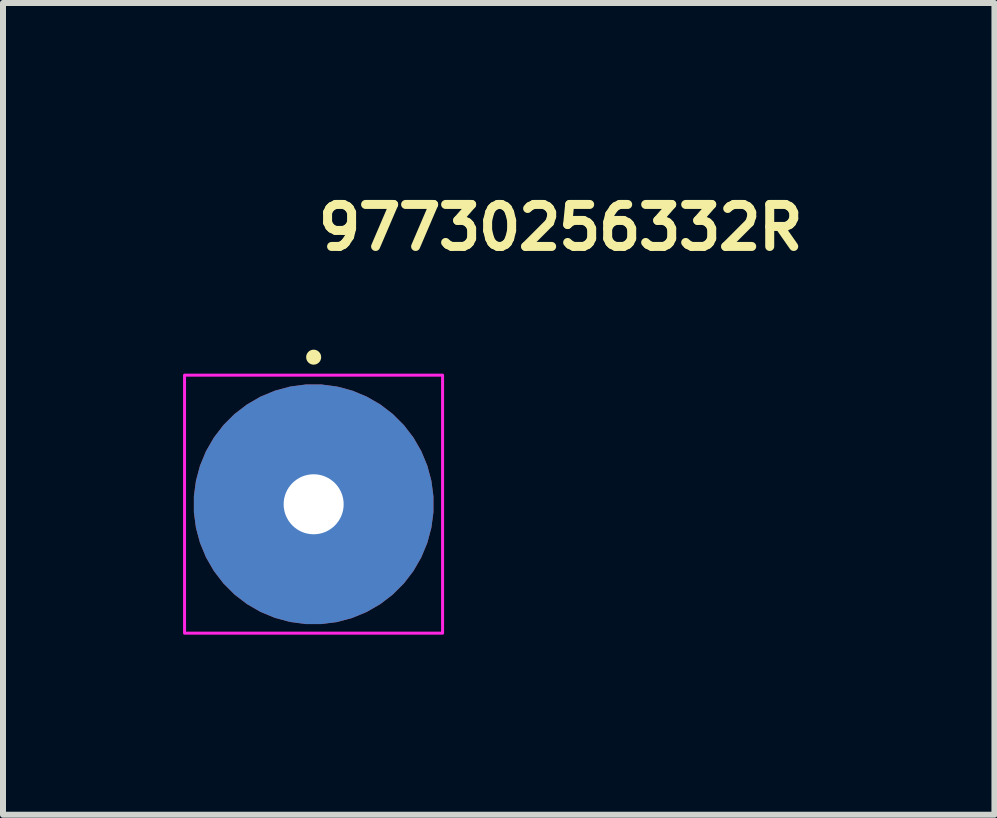
<source format=kicad_pcb>
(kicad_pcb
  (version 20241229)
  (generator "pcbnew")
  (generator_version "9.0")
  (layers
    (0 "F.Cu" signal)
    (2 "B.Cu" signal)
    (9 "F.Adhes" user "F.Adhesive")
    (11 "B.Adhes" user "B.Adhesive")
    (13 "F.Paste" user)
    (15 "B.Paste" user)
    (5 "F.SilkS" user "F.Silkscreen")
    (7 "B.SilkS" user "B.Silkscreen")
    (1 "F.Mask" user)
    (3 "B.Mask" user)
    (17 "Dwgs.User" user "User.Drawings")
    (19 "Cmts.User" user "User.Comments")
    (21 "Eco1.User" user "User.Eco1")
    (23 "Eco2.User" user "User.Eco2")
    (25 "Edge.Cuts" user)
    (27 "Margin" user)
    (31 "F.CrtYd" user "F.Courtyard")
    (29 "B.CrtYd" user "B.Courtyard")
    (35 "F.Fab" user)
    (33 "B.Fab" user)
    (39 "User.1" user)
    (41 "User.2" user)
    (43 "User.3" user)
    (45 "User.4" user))
  (footprint "97730256332R"
    (layer "F.Cu")
    (at 2.176 5.352)
    (property "Reference" "97730256332R" (at 0 -4.202 0) (layer "F.SilkS") (effects (font (size 0.7 0.7) (thickness 0.15)) (justify left bottom)))
    (attr smd)
    (fp_circle (center 0 -2.451) (end 0.05 -2.451) (stroke (width 0.15) (type solid)) (fill yes) (layer "F.SilkS"))
    (fp_line (start -1.851 0.569) (end -1.851 -0.58) (stroke (width 0.12) (type solid)) (layer "F.Paste"))
    (fp_line (start -1.75 0.819) (end -1.75 -0.831) (stroke (width 0.12) (type solid)) (layer "F.Paste"))
    (fp_line (start -1.651 0.998) (end -1.651 -1.025) (stroke (width 0.12) (type solid)) (layer "F.Paste"))
    (fp_line (start -1.551 1.148) (end -1.551 -1.16) (stroke (width 0.12) (type solid)) (layer "F.Paste"))
    (fp_line (start -1.45 1.273) (end -1.45 -1.276) (stroke (width 0.12) (type solid)) (layer "F.Paste"))
    (fp_line (start -1.351 1.374) (end -1.351 -1.375) (stroke (width 0.12) (type solid)) (layer "F.Paste"))
    (fp_line (start -1.25 1.475) (end -1.25 -1.47) (stroke (width 0.12) (type solid)) (layer "F.Paste"))
    (fp_line (start -1.151 1.55) (end -1.151 -1.551) (stroke (width 0.12) (type solid)) (layer "F.Paste"))
    (fp_line (start -1.051 1.624) (end -1.051 -1.625) (stroke (width 0.12) (type solid)) (layer "F.Paste"))
    (fp_line (start -0.951 1.675) (end -0.951 -1.68) (stroke (width 0.12) (type solid)) (layer "F.Paste"))
    (fp_line (start -0.85 1.725) (end -0.85 -1.74) (stroke (width 0.12) (type solid)) (layer "F.Paste"))
    (fp_line (start -0.75 1.773) (end -0.75 -1.78) (stroke (width 0.12) (type solid)) (layer "F.Paste"))
    (fp_line (start -0.652 1.824) (end -0.652 -1.825) (stroke (width 0.12) (type solid)) (layer "F.Paste"))
    (fp_line (start -0.552 -1.871) (end -0.552 1.86) (stroke (width 0.12) (type solid)) (layer "F.Paste"))
    (fp_line (start 0.55 1.87) (end 0.55 -1.861) (stroke (width 0.12) (type solid)) (layer "F.Paste"))
    (fp_line (start 0.65 -1.825) (end 0.65 1.824) (stroke (width 0.12) (type solid)) (layer "F.Paste"))
    (fp_line (start 0.748 -1.776) (end 0.748 1.779) (stroke (width 0.12) (type solid)) (layer "F.Paste"))
    (fp_line (start 0.848 -1.726) (end 0.848 1.739) (stroke (width 0.12) (type solid)) (layer "F.Paste"))
    (fp_line (start 0.949 -1.676) (end 0.949 1.679) (stroke (width 0.12) (type solid)) (layer "F.Paste"))
    (fp_line (start 1.05 -1.625) (end 1.05 1.624) (stroke (width 0.12) (type solid)) (layer "F.Paste"))
    (fp_line (start 1.148 -1.551) (end 1.148 1.55) (stroke (width 0.12) (type solid)) (layer "F.Paste"))
    (fp_line (start 1.249 -1.476) (end 1.249 1.469) (stroke (width 0.12) (type solid)) (layer "F.Paste"))
    (fp_line (start 1.35 -1.375) (end 1.35 1.374) (stroke (width 0.12) (type solid)) (layer "F.Paste"))
    (fp_line (start 1.449 -1.276) (end 1.449 1.273) (stroke (width 0.12) (type solid)) (layer "F.Paste"))
    (fp_line (start 1.55 -1.151) (end 1.55 1.159) (stroke (width 0.12) (type solid)) (layer "F.Paste"))
    (fp_line (start 1.648 -1) (end 1.648 1.024) (stroke (width 0.12) (type solid)) (layer "F.Paste"))
    (fp_line (start 1.749 -0.821) (end 1.749 0.829) (stroke (width 0.12) (type solid)) (layer "F.Paste"))
    (fp_line (start 1.85 -0.571) (end 1.85 0.578) (stroke (width 0.12) (type solid)) (layer "F.Paste"))
    (fp_arc (start -0.558 1.872) (mid -1.954 -0.004) (end -0.552 -1.875) (stroke (width 0.1) (type solid)) (layer "F.Paste"))
    (fp_arc (start 0.556 -1.875) (mid 1.953 0.003) (end 0.55 1.874) (stroke (width 0.1) (type solid)) (layer "F.Paste"))
    (fp_rect (start -2.151 -2.151) (end 2.148 2.148) (stroke (width 0.05) (type solid)) (fill no) (layer "F.CrtYd"))
    (fp_rect (start -1.651 -1.651) (end 1.648 1.648) (stroke (width 0.1) (type solid)) (fill no) (layer "User.5"))
    (fp_line (start -1.651 0) (end -1.651 0) (stroke (width 0.02) (type solid)) (layer "User.9"))
    (fp_line (start -1.651 0) (end -1.649 0.084) (stroke (width 0.02) (type solid)) (layer "User.9"))
    (fp_line (start -1.649 -0.086) (end -1.651 0) (stroke (width 0.02) (type solid)) (layer "User.9"))
    (fp_line (start -1.649 0.084) (end -1.643 0.168) (stroke (width 0.02) (type solid)) (layer "User.9"))
    (fp_line (start -1.643 -0.17) (end -1.649 -0.086) (stroke (width 0.02) (type solid)) (layer "User.9"))
    (fp_line (start -1.643 0.168) (end -1.631 0.25) (stroke (width 0.02) (type solid)) (layer "User.9"))
    (fp_line (start -1.631 -0.252) (end -1.643 -0.17) (stroke (width 0.02) (type solid)) (layer "User.9"))
    (fp_line (start -1.631 0.25) (end -1.617 0.332) (stroke (width 0.02) (type solid)) (layer "User.9"))
    (fp_line (start -1.617 -0.334) (end -1.631 -0.252) (stroke (width 0.02) (type solid)) (layer "User.9"))
    (fp_line (start -1.617 0.332) (end -1.599 0.412) (stroke (width 0.02) (type solid)) (layer "User.9"))
    (fp_line (start -1.599 -0.414) (end -1.617 -0.334) (stroke (width 0.02) (type solid)) (layer "User.9"))
    (fp_line (start -1.599 0.412) (end -1.577 0.489) (stroke (width 0.02) (type solid)) (layer "User.9"))
    (fp_line (start -1.577 -0.491) (end -1.599 -0.414) (stroke (width 0.02) (type solid)) (layer "User.9"))
    (fp_line (start -1.577 0.489) (end -1.551 0.567) (stroke (width 0.02) (type solid)) (layer "User.9"))
    (fp_line (start -1.551 -0.569) (end -1.577 -0.491) (stroke (width 0.02) (type solid)) (layer "User.9"))
    (fp_line (start -1.551 0.567) (end -1.522 0.642) (stroke (width 0.02) (type solid)) (layer "User.9"))
    (fp_line (start -1.522 -0.644) (end -1.551 -0.569) (stroke (width 0.02) (type solid)) (layer "User.9"))
    (fp_line (start -1.522 0.642) (end -1.488 0.714) (stroke (width 0.02) (type solid)) (layer "User.9"))
    (fp_line (start -1.488 -0.716) (end -1.522 -0.644) (stroke (width 0.02) (type solid)) (layer "User.9"))
    (fp_line (start -1.488 0.714) (end -1.452 0.786) (stroke (width 0.02) (type solid)) (layer "User.9"))
    (fp_line (start -1.452 -0.788) (end -1.488 -0.716) (stroke (width 0.02) (type solid)) (layer "User.9"))
    (fp_line (start -1.452 0.786) (end -1.412 0.854) (stroke (width 0.02) (type solid)) (layer "User.9"))
    (fp_line (start -1.412 -0.856) (end -1.452 -0.788) (stroke (width 0.02) (type solid)) (layer "User.9"))
    (fp_line (start -1.412 0.854) (end -1.369 0.922) (stroke (width 0.02) (type solid)) (layer "User.9"))
    (fp_line (start -1.369 -0.924) (end -1.412 -0.856) (stroke (width 0.02) (type solid)) (layer "User.9"))
    (fp_line (start -1.369 0.922) (end -1.323 0.986) (stroke (width 0.02) (type solid)) (layer "User.9"))
    (fp_line (start -1.323 -0.988) (end -1.369 -0.924) (stroke (width 0.02) (type solid)) (layer "User.9"))
    (fp_line (start -1.323 0.986) (end -1.274 1.048) (stroke (width 0.02) (type solid)) (layer "User.9"))
    (fp_line (start -1.274 -1.051) (end -1.323 -0.988) (stroke (width 0.02) (type solid)) (layer "User.9"))
    (fp_line (start -1.274 1.048) (end -1.222 1.108) (stroke (width 0.02) (type solid)) (layer "User.9"))
    (fp_line (start -1.222 -1.111) (end -1.274 -1.051) (stroke (width 0.02) (type solid)) (layer "User.9"))
    (fp_line (start -1.222 1.108) (end -1.168 1.165) (stroke (width 0.02) (type solid)) (layer "User.9"))
    (fp_line (start -1.168 -1.168) (end -1.222 -1.111) (stroke (width 0.02) (type solid)) (layer "User.9"))
    (fp_line (start -1.168 1.165) (end -1.111 1.221) (stroke (width 0.02) (type solid)) (layer "User.9"))
    (fp_line (start -1.111 -1.222) (end -1.168 -1.168) (stroke (width 0.02) (type solid)) (layer "User.9"))
    (fp_line (start -1.111 1.221) (end -1.051 1.273) (stroke (width 0.02) (type solid)) (layer "User.9"))
    (fp_line (start -1.051 -1.274) (end -1.111 -1.222) (stroke (width 0.02) (type solid)) (layer "User.9"))
    (fp_line (start -1.051 1.273) (end -0.988 1.322) (stroke (width 0.02) (type solid)) (layer "User.9"))
    (fp_line (start -0.988 -1.323) (end -1.051 -1.274) (stroke (width 0.02) (type solid)) (layer "User.9"))
    (fp_line (start -0.988 1.322) (end -0.924 1.368) (stroke (width 0.02) (type solid)) (layer "User.9"))
    (fp_line (start -0.924 -1.369) (end -0.988 -1.323) (stroke (width 0.02) (type solid)) (layer "User.9"))
    (fp_line (start -0.924 1.368) (end -0.856 1.411) (stroke (width 0.02) (type solid)) (layer "User.9"))
    (fp_line (start -0.856 -1.412) (end -0.924 -1.369) (stroke (width 0.02) (type solid)) (layer "User.9"))
    (fp_line (start -0.856 1.411) (end -0.788 1.449) (stroke (width 0.02) (type solid)) (layer "User.9"))
    (fp_line (start -0.812 0) (end -0.812 0) (stroke (width 0.02) (type solid)) (layer "User.9"))
    (fp_line (start -0.812 0) (end -0.811 0.041) (stroke (width 0.02) (type solid)) (layer "User.9"))
    (fp_line (start -0.811 -0.043) (end -0.812 0) (stroke (width 0.02) (type solid)) (layer "User.9"))
    (fp_line (start -0.811 0.041) (end -0.808 0.082) (stroke (width 0.02) (type solid)) (layer "User.9"))
    (fp_line (start -0.808 -0.084) (end -0.811 -0.043) (stroke (width 0.02) (type solid)) (layer "User.9"))
    (fp_line (start -0.808 0.082) (end -0.803 0.122) (stroke (width 0.02) (type solid)) (layer "User.9"))
    (fp_line (start -0.803 -0.124) (end -0.808 -0.084) (stroke (width 0.02) (type solid)) (layer "User.9"))
    (fp_line (start -0.803 0.122) (end -0.796 0.163) (stroke (width 0.02) (type solid)) (layer "User.9"))
    (fp_line (start -0.796 -0.165) (end -0.803 -0.124) (stroke (width 0.02) (type solid)) (layer "User.9"))
    (fp_line (start -0.796 0.163) (end -0.786 0.202) (stroke (width 0.02) (type solid)) (layer "User.9"))
    (fp_line (start -0.788 -1.452) (end -0.856 -1.412) (stroke (width 0.02) (type solid)) (layer "User.9"))
    (fp_line (start -0.788 1.449) (end -0.716 1.487) (stroke (width 0.02) (type solid)) (layer "User.9"))
    (fp_line (start -0.786 -0.204) (end -0.796 -0.165) (stroke (width 0.02) (type solid)) (layer "User.9"))
    (fp_line (start -0.786 0.202) (end -0.776 0.24) (stroke (width 0.02) (type solid)) (layer "User.9"))
    (fp_line (start -0.776 -0.242) (end -0.786 -0.204) (stroke (width 0.02) (type solid)) (layer "User.9"))
    (fp_line (start -0.776 0.24) (end -0.762 0.278) (stroke (width 0.02) (type solid)) (layer "User.9"))
    (fp_line (start -0.762 -0.28) (end -0.776 -0.242) (stroke (width 0.02) (type solid)) (layer "User.9"))
    (fp_line (start -0.762 0.278) (end -0.747 0.314) (stroke (width 0.02) (type solid)) (layer "User.9"))
    (fp_line (start -0.747 -0.316) (end -0.762 -0.28) (stroke (width 0.02) (type solid)) (layer "User.9"))
    (fp_line (start -0.747 0.314) (end -0.731 0.351) (stroke (width 0.02) (type solid)) (layer "User.9"))
    (fp_line (start -0.731 -0.352) (end -0.747 -0.316) (stroke (width 0.02) (type solid)) (layer "User.9"))
    (fp_line (start -0.731 0.351) (end -0.713 0.386) (stroke (width 0.02) (type solid)) (layer "User.9"))
    (fp_line (start -0.716 -1.488) (end -0.788 -1.452) (stroke (width 0.02) (type solid)) (layer "User.9"))
    (fp_line (start -0.716 1.487) (end -0.644 1.519) (stroke (width 0.02) (type solid)) (layer "User.9"))
    (fp_line (start -0.713 -0.388) (end -0.731 -0.352) (stroke (width 0.02) (type solid)) (layer "User.9"))
    (fp_line (start -0.713 0.386) (end -0.695 0.419) (stroke (width 0.02) (type solid)) (layer "User.9"))
    (fp_line (start -0.695 -0.421) (end -0.713 -0.388) (stroke (width 0.02) (type solid)) (layer "User.9"))
    (fp_line (start -0.695 0.419) (end -0.674 0.453) (stroke (width 0.02) (type solid)) (layer "User.9"))
    (fp_line (start -0.674 -0.455) (end -0.695 -0.421) (stroke (width 0.02) (type solid)) (layer "User.9"))
    (fp_line (start -0.674 0.453) (end -0.651 0.483) (stroke (width 0.02) (type solid)) (layer "User.9"))
    (fp_line (start -0.651 -0.485) (end -0.674 -0.455) (stroke (width 0.02) (type solid)) (layer "User.9"))
    (fp_line (start -0.651 0.483) (end -0.626 0.515) (stroke (width 0.02) (type solid)) (layer "User.9"))
    (fp_line (start -0.644 -1.522) (end -0.716 -1.488) (stroke (width 0.02) (type solid)) (layer "User.9"))
    (fp_line (start -0.644 1.519) (end -0.569 1.548) (stroke (width 0.02) (type solid)) (layer "User.9"))
    (fp_line (start -0.626 -0.517) (end -0.651 -0.485) (stroke (width 0.02) (type solid)) (layer "User.9"))
    (fp_line (start -0.626 0.515) (end -0.6 0.544) (stroke (width 0.02) (type solid)) (layer "User.9"))
    (fp_line (start -0.611 0.013) (end -0.608 0.057) (stroke (width 0.02) (type solid)) (layer "User.9"))
    (fp_line (start -0.61 -0.032) (end -0.611 0.013) (stroke (width 0.02) (type solid)) (layer "User.9"))
    (fp_line (start -0.608 0.057) (end -0.602 0.102) (stroke (width 0.02) (type solid)) (layer "User.9"))
    (fp_line (start -0.606 -0.076) (end -0.61 -0.032) (stroke (width 0.02) (type solid)) (layer "User.9"))
    (fp_line (start -0.602 0.102) (end -0.593 0.145) (stroke (width 0.02) (type solid)) (layer "User.9"))
    (fp_line (start -0.6 -0.546) (end -0.626 -0.517) (stroke (width 0.02) (type solid)) (layer "User.9"))
    (fp_line (start -0.6 0.544) (end -0.575 0.573) (stroke (width 0.02) (type solid)) (layer "User.9"))
    (fp_line (start -0.599 -0.12) (end -0.606 -0.076) (stroke (width 0.02) (type solid)) (layer "User.9"))
    (fp_line (start -0.593 0.145) (end -0.581 0.189) (stroke (width 0.02) (type solid)) (layer "User.9"))
    (fp_line (start -0.589 -0.164) (end -0.599 -0.12) (stroke (width 0.02) (type solid)) (layer "User.9"))
    (fp_line (start -0.581 0.189) (end -0.566 0.233) (stroke (width 0.02) (type solid)) (layer "User.9"))
    (fp_line (start -0.577 -0.206) (end -0.589 -0.164) (stroke (width 0.02) (type solid)) (layer "User.9"))
    (fp_line (start -0.575 -0.575) (end -0.6 -0.546) (stroke (width 0.02) (type solid)) (layer "User.9"))
    (fp_line (start -0.575 0.573) (end -0.546 0.598) (stroke (width 0.02) (type solid)) (layer "User.9"))
    (fp_line (start -0.569 -1.551) (end -0.644 -1.522) (stroke (width 0.02) (type solid)) (layer "User.9"))
    (fp_line (start -0.569 1.548) (end -0.491 1.574) (stroke (width 0.02) (type solid)) (layer "User.9"))
    (fp_line (start -0.566 0.233) (end -0.566 0.233) (stroke (width 0.02) (type solid)) (layer "User.9"))
    (fp_line (start -0.566 0.233) (end -0.556 0.253) (stroke (width 0.02) (type solid)) (layer "User.9"))
    (fp_line (start -0.56 -0.246) (end -0.577 -0.206) (stroke (width 0.02) (type solid)) (layer "User.9"))
    (fp_line (start -0.556 0.253) (end -0.546 0.275) (stroke (width 0.02) (type solid)) (layer "User.9"))
    (fp_line (start -0.546 -0.6) (end -0.575 -0.575) (stroke (width 0.02) (type solid)) (layer "User.9"))
    (fp_line (start -0.546 0.275) (end -0.536 0.294) (stroke (width 0.02) (type solid)) (layer "User.9"))
    (fp_line (start -0.546 0.598) (end -0.517 0.624) (stroke (width 0.02) (type solid)) (layer "User.9"))
    (fp_line (start -0.541 -0.288) (end -0.56 -0.246) (stroke (width 0.02) (type solid)) (layer "User.9"))
    (fp_line (start -0.536 0.294) (end -0.524 0.314) (stroke (width 0.02) (type solid)) (layer "User.9"))
    (fp_line (start -0.524 0.314) (end -0.511 0.334) (stroke (width 0.02) (type solid)) (layer "User.9"))
    (fp_line (start -0.518 -0.327) (end -0.541 -0.288) (stroke (width 0.02) (type solid)) (layer "User.9"))
    (fp_line (start -0.517 -0.626) (end -0.546 -0.6) (stroke (width 0.02) (type solid)) (layer "User.9"))
    (fp_line (start -0.517 0.624) (end -0.485 0.649) (stroke (width 0.02) (type solid)) (layer "User.9"))
    (fp_line (start -0.511 0.334) (end -0.499 0.352) (stroke (width 0.02) (type solid)) (layer "User.9"))
    (fp_line (start -0.499 0.352) (end -0.485 0.37) (stroke (width 0.02) (type solid)) (layer "User.9"))
    (fp_line (start -0.492 -0.363) (end -0.518 -0.327) (stroke (width 0.02) (type solid)) (layer "User.9"))
    (fp_line (start -0.491 -1.577) (end -0.569 -1.551) (stroke (width 0.02) (type solid)) (layer "User.9"))
    (fp_line (start -0.491 1.574) (end -0.414 1.598) (stroke (width 0.02) (type solid)) (layer "User.9"))
    (fp_line (start -0.485 -0.651) (end -0.517 -0.626) (stroke (width 0.02) (type solid)) (layer "User.9"))
    (fp_line (start -0.485 0.37) (end -0.472 0.388) (stroke (width 0.02) (type solid)) (layer "User.9"))
    (fp_line (start -0.485 0.649) (end -0.455 0.672) (stroke (width 0.02) (type solid)) (layer "User.9"))
    (fp_line (start -0.472 0.388) (end -0.458 0.405) (stroke (width 0.02) (type solid)) (layer "User.9"))
    (fp_line (start -0.464 -0.399) (end -0.492 -0.363) (stroke (width 0.02) (type solid)) (layer "User.9"))
    (fp_line (start -0.458 0.405) (end -0.442 0.421) (stroke (width 0.02) (type solid)) (layer "User.9"))
    (fp_line (start -0.455 -0.674) (end -0.485 -0.651) (stroke (width 0.02) (type solid)) (layer "User.9"))
    (fp_line (start -0.455 0.672) (end -0.421 0.693) (stroke (width 0.02) (type solid)) (layer "User.9"))
    (fp_line (start -0.442 0.421) (end -0.426 0.436) (stroke (width 0.02) (type solid)) (layer "User.9"))
    (fp_line (start -0.432 -0.432) (end -0.464 -0.399) (stroke (width 0.02) (type solid)) (layer "User.9"))
    (fp_line (start -0.432 -0.432) (end -0.432 -0.432) (stroke (width 0.02) (type solid)) (layer "User.9"))
    (fp_line (start -0.426 0.436) (end -0.411 0.453) (stroke (width 0.02) (type solid)) (layer "User.9"))
    (fp_line (start -0.421 -0.695) (end -0.455 -0.674) (stroke (width 0.02) (type solid)) (layer "User.9"))
    (fp_line (start -0.421 0.693) (end -0.388 0.711) (stroke (width 0.02) (type solid)) (layer "User.9"))
    (fp_line (start -0.414 -1.599) (end -0.491 -1.577) (stroke (width 0.02) (type solid)) (layer "User.9"))
    (fp_line (start -0.414 1.598) (end -0.334 1.616) (stroke (width 0.02) (type solid)) (layer "User.9"))
    (fp_line (start -0.411 0.453) (end -0.394 0.467) (stroke (width 0.02) (type solid)) (layer "User.9"))
    (fp_line (start -0.399 -0.464) (end -0.432 -0.432) (stroke (width 0.02) (type solid)) (layer "User.9"))
    (fp_line (start -0.394 0.467) (end -0.376 0.48) (stroke (width 0.02) (type solid)) (layer "User.9"))
    (fp_line (start -0.388 -0.713) (end -0.421 -0.695) (stroke (width 0.02) (type solid)) (layer "User.9"))
    (fp_line (start -0.388 0.711) (end -0.352 0.729) (stroke (width 0.02) (type solid)) (layer "User.9"))
    (fp_line (start -0.376 0.48) (end -0.358 0.493) (stroke (width 0.02) (type solid)) (layer "User.9"))
    (fp_line (start -0.363 -0.492) (end -0.399 -0.464) (stroke (width 0.02) (type solid)) (layer "User.9"))
    (fp_line (start -0.358 0.493) (end -0.341 0.506) (stroke (width 0.02) (type solid)) (layer "User.9"))
    (fp_line (start -0.352 -0.731) (end -0.388 -0.713) (stroke (width 0.02) (type solid)) (layer "User.9"))
    (fp_line (start -0.352 0.729) (end -0.316 0.745) (stroke (width 0.02) (type solid)) (layer "User.9"))
    (fp_line (start -0.341 0.506) (end -0.322 0.519) (stroke (width 0.02) (type solid)) (layer "User.9"))
    (fp_line (start -0.334 -1.617) (end -0.414 -1.599) (stroke (width 0.02) (type solid)) (layer "User.9"))
    (fp_line (start -0.334 1.616) (end -0.252 1.63) (stroke (width 0.02) (type solid)) (layer "User.9"))
    (fp_line (start -0.327 -0.518) (end -0.363 -0.492) (stroke (width 0.02) (type solid)) (layer "User.9"))
    (fp_line (start -0.322 0.519) (end -0.302 0.53) (stroke (width 0.02) (type solid)) (layer "User.9"))
    (fp_line (start -0.316 -0.747) (end -0.352 -0.731) (stroke (width 0.02) (type solid)) (layer "User.9"))
    (fp_line (start -0.316 0.745) (end -0.28 0.76) (stroke (width 0.02) (type solid)) (layer "User.9"))
    (fp_line (start -0.302 0.53) (end -0.283 0.541) (stroke (width 0.02) (type solid)) (layer "User.9"))
    (fp_line (start -0.288 -0.541) (end -0.327 -0.518) (stroke (width 0.02) (type solid)) (layer "User.9"))
    (fp_line (start -0.283 0.541) (end -0.264 0.551) (stroke (width 0.02) (type solid)) (layer "User.9"))
    (fp_line (start -0.28 -0.762) (end -0.316 -0.747) (stroke (width 0.02) (type solid)) (layer "User.9"))
    (fp_line (start -0.28 0.76) (end -0.242 0.774) (stroke (width 0.02) (type solid)) (layer "User.9"))
    (fp_line (start -0.264 0.551) (end -0.242 0.56) (stroke (width 0.02) (type solid)) (layer "User.9"))
    (fp_line (start -0.252 -1.631) (end -0.334 -1.617) (stroke (width 0.02) (type solid)) (layer "User.9"))
    (fp_line (start -0.252 1.63) (end -0.17 1.64) (stroke (width 0.02) (type solid)) (layer "User.9"))
    (fp_line (start -0.246 -0.56) (end -0.288 -0.541) (stroke (width 0.02) (type solid)) (layer "User.9"))
    (fp_line (start -0.242 -0.776) (end -0.28 -0.762) (stroke (width 0.02) (type solid)) (layer "User.9"))
    (fp_line (start -0.242 0.56) (end -0.222 0.569) (stroke (width 0.02) (type solid)) (layer "User.9"))
    (fp_line (start -0.242 0.774) (end -0.204 0.784) (stroke (width 0.02) (type solid)) (layer "User.9"))
    (fp_line (start -0.222 0.569) (end -0.202 0.576) (stroke (width 0.02) (type solid)) (layer "User.9"))
    (fp_line (start -0.206 -0.577) (end -0.246 -0.56) (stroke (width 0.02) (type solid)) (layer "User.9"))
    (fp_line (start -0.204 -0.786) (end -0.242 -0.776) (stroke (width 0.02) (type solid)) (layer "User.9"))
    (fp_line (start -0.204 0.784) (end -0.165 0.794) (stroke (width 0.02) (type solid)) (layer "User.9"))
    (fp_line (start -0.202 0.576) (end -0.18 0.582) (stroke (width 0.02) (type solid)) (layer "User.9"))
    (fp_line (start -0.18 0.582) (end -0.158 0.588) (stroke (width 0.02) (type solid)) (layer "User.9"))
    (fp_line (start -0.17 -1.643) (end -0.252 -1.631) (stroke (width 0.02) (type solid)) (layer "User.9"))
    (fp_line (start -0.17 1.64) (end -0.086 1.646) (stroke (width 0.02) (type solid)) (layer "User.9"))
    (fp_line (start -0.165 -0.796) (end -0.204 -0.786) (stroke (width 0.02) (type solid)) (layer "User.9"))
    (fp_line (start -0.165 0.794) (end -0.124 0.801) (stroke (width 0.02) (type solid)) (layer "User.9"))
    (fp_line (start -0.164 -0.589) (end -0.206 -0.577) (stroke (width 0.02) (type solid)) (layer "User.9"))
    (fp_line (start -0.158 0.588) (end -0.137 0.594) (stroke (width 0.02) (type solid)) (layer "User.9"))
    (fp_line (start -0.137 0.594) (end -0.115 0.598) (stroke (width 0.02) (type solid)) (layer "User.9"))
    (fp_line (start -0.124 -0.803) (end -0.165 -0.796) (stroke (width 0.02) (type solid)) (layer "User.9"))
    (fp_line (start -0.124 0.801) (end -0.084 0.806) (stroke (width 0.02) (type solid)) (layer "User.9"))
    (fp_line (start -0.12 -0.599) (end -0.164 -0.589) (stroke (width 0.02) (type solid)) (layer "User.9"))
    (fp_line (start -0.115 0.598) (end -0.092 0.602) (stroke (width 0.02) (type solid)) (layer "User.9"))
    (fp_line (start -0.092 0.602) (end -0.07 0.605) (stroke (width 0.02) (type solid)) (layer "User.9"))
    (fp_line (start -0.086 -1.649) (end -0.17 -1.643) (stroke (width 0.02) (type solid)) (layer "User.9"))
    (fp_line (start -0.086 1.646) (end 0 1.648) (stroke (width 0.02) (type solid)) (layer "User.9"))
    (fp_line (start -0.084 -0.808) (end -0.124 -0.803) (stroke (width 0.02) (type solid)) (layer "User.9"))
    (fp_line (start -0.084 0.806) (end -0.043 0.809) (stroke (width 0.02) (type solid)) (layer "User.9"))
    (fp_line (start -0.076 -0.606) (end -0.12 -0.599) (stroke (width 0.02) (type solid)) (layer "User.9"))
    (fp_line (start -0.07 0.605) (end -0.046 0.607) (stroke (width 0.02) (type solid)) (layer "User.9"))
    (fp_line (start -0.046 0.607) (end -0.024 0.609) (stroke (width 0.02) (type solid)) (layer "User.9"))
    (fp_line (start -0.043 -0.811) (end -0.084 -0.808) (stroke (width 0.02) (type solid)) (layer "User.9"))
    (fp_line (start -0.043 0.809) (end 0 0.81) (stroke (width 0.02) (type solid)) (layer "User.9"))
    (fp_line (start -0.032 -0.61) (end -0.076 -0.606) (stroke (width 0.02) (type solid)) (layer "User.9"))
    (fp_line (start -0.024 0.609) (end 0 0.609) (stroke (width 0.02) (type solid)) (layer "User.9"))
    (fp_line (start 0 -1.651) (end -0.086 -1.649) (stroke (width 0.02) (type solid)) (layer "User.9"))
    (fp_line (start 0 -1.651) (end 0 -1.651) (stroke (width 0.02) (type solid)) (layer "User.9"))
    (fp_line (start 0 -0.812) (end -0.043 -0.811) (stroke (width 0.02) (type solid)) (layer "User.9"))
    (fp_line (start 0 -0.812) (end 0 -0.812) (stroke (width 0.02) (type solid)) (layer "User.9"))
    (fp_line (start 0 0.609) (end 0.029 0.608) (stroke (width 0.02) (type solid)) (layer "User.9"))
    (fp_line (start 0 0.81) (end 0 0.81) (stroke (width 0.02) (type solid)) (layer "User.9"))
    (fp_line (start 0 0.81) (end 0.041 0.809) (stroke (width 0.02) (type solid)) (layer "User.9"))
    (fp_line (start 0 1.648) (end 0 1.648) (stroke (width 0.02) (type solid)) (layer "User.9"))
    (fp_line (start 0 1.648) (end 0.084 1.646) (stroke (width 0.02) (type solid)) (layer "User.9"))
    (fp_line (start 0.013 -0.611) (end -0.032 -0.61) (stroke (width 0.02) (type solid)) (layer "User.9"))
    (fp_line (start 0.029 0.608) (end 0.059 0.606) (stroke (width 0.02) (type solid)) (layer "User.9"))
    (fp_line (start 0.041 -0.811) (end 0 -0.812) (stroke (width 0.02) (type solid)) (layer "User.9"))
    (fp_line (start 0.041 0.809) (end 0.082 0.806) (stroke (width 0.02) (type solid)) (layer "User.9"))
    (fp_line (start 0.057 -0.608) (end 0.013 -0.611) (stroke (width 0.02) (type solid)) (layer "User.9"))
    (fp_line (start 0.059 0.606) (end 0.089 0.602) (stroke (width 0.02) (type solid)) (layer "User.9"))
    (fp_line (start 0.082 -0.808) (end 0.041 -0.811) (stroke (width 0.02) (type solid)) (layer "User.9"))
    (fp_line (start 0.082 0.806) (end 0.122 0.801) (stroke (width 0.02) (type solid)) (layer "User.9"))
    (fp_line (start 0.084 -1.649) (end 0 -1.651) (stroke (width 0.02) (type solid)) (layer "User.9"))
    (fp_line (start 0.084 1.646) (end 0.168 1.64) (stroke (width 0.02) (type solid)) (layer "User.9"))
    (fp_line (start 0.089 0.602) (end 0.119 0.597) (stroke (width 0.02) (type solid)) (layer "User.9"))
    (fp_line (start 0.102 -0.602) (end 0.057 -0.608) (stroke (width 0.02) (type solid)) (layer "User.9"))
    (fp_line (start 0.119 0.597) (end 0.147 0.591) (stroke (width 0.02) (type solid)) (layer "User.9"))
    (fp_line (start 0.122 -0.803) (end 0.082 -0.808) (stroke (width 0.02) (type solid)) (layer "User.9"))
    (fp_line (start 0.122 0.801) (end 0.163 0.794) (stroke (width 0.02) (type solid)) (layer "User.9"))
    (fp_line (start 0.145 -0.593) (end 0.102 -0.602) (stroke (width 0.02) (type solid)) (layer "User.9"))
    (fp_line (start 0.147 0.591) (end 0.176 0.583) (stroke (width 0.02) (type solid)) (layer "User.9"))
    (fp_line (start 0.163 -0.796) (end 0.122 -0.803) (stroke (width 0.02) (type solid)) (layer "User.9"))
    (fp_line (start 0.163 0.794) (end 0.202 0.784) (stroke (width 0.02) (type solid)) (layer "User.9"))
    (fp_line (start 0.168 -1.643) (end 0.084 -1.649) (stroke (width 0.02) (type solid)) (layer "User.9"))
    (fp_line (start 0.168 1.64) (end 0.25 1.63) (stroke (width 0.02) (type solid)) (layer "User.9"))
    (fp_line (start 0.176 0.583) (end 0.205 0.574) (stroke (width 0.02) (type solid)) (layer "User.9"))
    (fp_line (start 0.189 -0.581) (end 0.145 -0.593) (stroke (width 0.02) (type solid)) (layer "User.9"))
    (fp_line (start 0.202 -0.786) (end 0.163 -0.796) (stroke (width 0.02) (type solid)) (layer "User.9"))
    (fp_line (start 0.202 0.784) (end 0.24 0.774) (stroke (width 0.02) (type solid)) (layer "User.9"))
    (fp_line (start 0.205 0.574) (end 0.233 0.564) (stroke (width 0.02) (type solid)) (layer "User.9"))
    (fp_line (start 0.233 -0.566) (end 0.189 -0.581) (stroke (width 0.02) (type solid)) (layer "User.9"))
    (fp_line (start 0.233 -0.566) (end 0.233 -0.566) (stroke (width 0.02) (type solid)) (layer "User.9"))
    (fp_line (start 0.233 0.564) (end 0.26 0.551) (stroke (width 0.02) (type solid)) (layer "User.9"))
    (fp_line (start 0.24 -0.776) (end 0.202 -0.786) (stroke (width 0.02) (type solid)) (layer "User.9"))
    (fp_line (start 0.24 0.774) (end 0.278 0.76) (stroke (width 0.02) (type solid)) (layer "User.9"))
    (fp_line (start 0.25 -1.631) (end 0.168 -1.643) (stroke (width 0.02) (type solid)) (layer "User.9"))
    (fp_line (start 0.25 1.63) (end 0.332 1.616) (stroke (width 0.02) (type solid)) (layer "User.9"))
    (fp_line (start 0.26 0.551) (end 0.287 0.538) (stroke (width 0.02) (type solid)) (layer "User.9"))
    (fp_line (start 0.275 -0.546) (end 0.233 -0.566) (stroke (width 0.02) (type solid)) (layer "User.9"))
    (fp_line (start 0.278 -0.762) (end 0.24 -0.776) (stroke (width 0.02) (type solid)) (layer "User.9"))
    (fp_line (start 0.278 0.76) (end 0.314 0.745) (stroke (width 0.02) (type solid)) (layer "User.9"))
    (fp_line (start 0.287 0.538) (end 0.312 0.523) (stroke (width 0.02) (type solid)) (layer "User.9"))
    (fp_line (start 0.312 0.523) (end 0.338 0.506) (stroke (width 0.02) (type solid)) (layer "User.9"))
    (fp_line (start 0.314 -0.747) (end 0.278 -0.762) (stroke (width 0.02) (type solid)) (layer "User.9"))
    (fp_line (start 0.314 -0.524) (end 0.275 -0.546) (stroke (width 0.02) (type solid)) (layer "User.9"))
    (fp_line (start 0.314 0.745) (end 0.351 0.729) (stroke (width 0.02) (type solid)) (layer "User.9"))
    (fp_line (start 0.332 -1.617) (end 0.25 -1.631) (stroke (width 0.02) (type solid)) (layer "User.9"))
    (fp_line (start 0.332 1.616) (end 0.412 1.598) (stroke (width 0.02) (type solid)) (layer "User.9"))
    (fp_line (start 0.338 0.506) (end 0.362 0.489) (stroke (width 0.02) (type solid)) (layer "User.9"))
    (fp_line (start 0.351 -0.731) (end 0.314 -0.747) (stroke (width 0.02) (type solid)) (layer "User.9"))
    (fp_line (start 0.351 0.729) (end 0.386 0.711) (stroke (width 0.02) (type solid)) (layer "User.9"))
    (fp_line (start 0.352 -0.499) (end 0.314 -0.524) (stroke (width 0.02) (type solid)) (layer "User.9"))
    (fp_line (start 0.362 0.489) (end 0.386 0.472) (stroke (width 0.02) (type solid)) (layer "User.9"))
    (fp_line (start 0.386 -0.713) (end 0.351 -0.731) (stroke (width 0.02) (type solid)) (layer "User.9"))
    (fp_line (start 0.386 0.472) (end 0.409 0.452) (stroke (width 0.02) (type solid)) (layer "User.9"))
    (fp_line (start 0.386 0.711) (end 0.419 0.693) (stroke (width 0.02) (type solid)) (layer "User.9"))
    (fp_line (start 0.388 -0.472) (end 0.352 -0.499) (stroke (width 0.02) (type solid)) (layer "User.9"))
    (fp_line (start 0.409 0.452) (end 0.43 0.43) (stroke (width 0.02) (type solid)) (layer "User.9"))
    (fp_line (start 0.412 -1.599) (end 0.332 -1.617) (stroke (width 0.02) (type solid)) (layer "User.9"))
    (fp_line (start 0.412 1.598) (end 0.489 1.574) (stroke (width 0.02) (type solid)) (layer "User.9"))
    (fp_line (start 0.419 -0.695) (end 0.386 -0.713) (stroke (width 0.02) (type solid)) (layer "User.9"))
    (fp_line (start 0.419 0.693) (end 0.453 0.672) (stroke (width 0.02) (type solid)) (layer "User.9"))
    (fp_line (start 0.421 -0.442) (end 0.388 -0.472) (stroke (width 0.02) (type solid)) (layer "User.9"))
    (fp_line (start 0.43 0.43) (end 0.43 0.43) (stroke (width 0.02) (type solid)) (layer "User.9"))
    (fp_line (start 0.43 0.43) (end 0.452 0.409) (stroke (width 0.02) (type solid)) (layer "User.9"))
    (fp_line (start 0.452 0.409) (end 0.472 0.386) (stroke (width 0.02) (type solid)) (layer "User.9"))
    (fp_line (start 0.453 -0.674) (end 0.419 -0.695) (stroke (width 0.02) (type solid)) (layer "User.9"))
    (fp_line (start 0.453 -0.411) (end 0.421 -0.442) (stroke (width 0.02) (type solid)) (layer "User.9"))
    (fp_line (start 0.453 0.672) (end 0.483 0.649) (stroke (width 0.02) (type solid)) (layer "User.9"))
    (fp_line (start 0.472 0.386) (end 0.489 0.362) (stroke (width 0.02) (type solid)) (layer "User.9"))
    (fp_line (start 0.48 -0.376) (end 0.453 -0.411) (stroke (width 0.02) (type solid)) (layer "User.9"))
    (fp_line (start 0.483 -0.651) (end 0.453 -0.674) (stroke (width 0.02) (type solid)) (layer "User.9"))
    (fp_line (start 0.483 0.649) (end 0.515 0.624) (stroke (width 0.02) (type solid)) (layer "User.9"))
    (fp_line (start 0.489 -1.577) (end 0.412 -1.599) (stroke (width 0.02) (type solid)) (layer "User.9"))
    (fp_line (start 0.489 0.362) (end 0.506 0.338) (stroke (width 0.02) (type solid)) (layer "User.9"))
    (fp_line (start 0.489 1.574) (end 0.567 1.548) (stroke (width 0.02) (type solid)) (layer "User.9"))
    (fp_line (start 0.506 -0.341) (end 0.48 -0.376) (stroke (width 0.02) (type solid)) (layer "User.9"))
    (fp_line (start 0.506 0.338) (end 0.523 0.312) (stroke (width 0.02) (type solid)) (layer "User.9"))
    (fp_line (start 0.515 -0.626) (end 0.483 -0.651) (stroke (width 0.02) (type solid)) (layer "User.9"))
    (fp_line (start 0.515 0.624) (end 0.544 0.598) (stroke (width 0.02) (type solid)) (layer "User.9"))
    (fp_line (start 0.523 0.312) (end 0.538 0.287) (stroke (width 0.02) (type solid)) (layer "User.9"))
    (fp_line (start 0.53 -0.302) (end 0.506 -0.341) (stroke (width 0.02) (type solid)) (layer "User.9"))
    (fp_line (start 0.538 0.287) (end 0.551 0.26) (stroke (width 0.02) (type solid)) (layer "User.9"))
    (fp_line (start 0.544 -0.6) (end 0.515 -0.626) (stroke (width 0.02) (type solid)) (layer "User.9"))
    (fp_line (start 0.544 0.598) (end 0.573 0.573) (stroke (width 0.02) (type solid)) (layer "User.9"))
    (fp_line (start 0.551 -0.264) (end 0.53 -0.302) (stroke (width 0.02) (type solid)) (layer "User.9"))
    (fp_line (start 0.551 0.26) (end 0.564 0.233) (stroke (width 0.02) (type solid)) (layer "User.9"))
    (fp_line (start 0.564 0.233) (end 0.574 0.205) (stroke (width 0.02) (type solid)) (layer "User.9"))
    (fp_line (start 0.567 -1.551) (end 0.489 -1.577) (stroke (width 0.02) (type solid)) (layer "User.9"))
    (fp_line (start 0.567 1.548) (end 0.642 1.519) (stroke (width 0.02) (type solid)) (layer "User.9"))
    (fp_line (start 0.569 -0.222) (end 0.551 -0.264) (stroke (width 0.02) (type solid)) (layer "User.9"))
    (fp_line (start 0.573 -0.575) (end 0.544 -0.6) (stroke (width 0.02) (type solid)) (layer "User.9"))
    (fp_line (start 0.573 0.573) (end 0.598 0.544) (stroke (width 0.02) (type solid)) (layer "User.9"))
    (fp_line (start 0.574 0.205) (end 0.583 0.176) (stroke (width 0.02) (type solid)) (layer "User.9"))
    (fp_line (start 0.582 -0.18) (end 0.569 -0.222) (stroke (width 0.02) (type solid)) (layer "User.9"))
    (fp_line (start 0.583 0.176) (end 0.591 0.147) (stroke (width 0.02) (type solid)) (layer "User.9"))
    (fp_line (start 0.591 0.147) (end 0.597 0.119) (stroke (width 0.02) (type solid)) (layer "User.9"))
    (fp_line (start 0.594 -0.137) (end 0.582 -0.18) (stroke (width 0.02) (type solid)) (layer "User.9"))
    (fp_line (start 0.597 0.119) (end 0.602 0.089) (stroke (width 0.02) (type solid)) (layer "User.9"))
    (fp_line (start 0.598 -0.546) (end 0.573 -0.575) (stroke (width 0.02) (type solid)) (layer "User.9"))
    (fp_line (start 0.598 0.544) (end 0.624 0.515) (stroke (width 0.02) (type solid)) (layer "User.9"))
    (fp_line (start 0.602 -0.092) (end 0.594 -0.137) (stroke (width 0.02) (type solid)) (layer "User.9"))
    (fp_line (start 0.602 0.089) (end 0.606 0.059) (stroke (width 0.02) (type solid)) (layer "User.9"))
    (fp_line (start 0.606 0.059) (end 0.608 0.029) (stroke (width 0.02) (type solid)) (layer "User.9"))
    (fp_line (start 0.607 -0.046) (end 0.602 -0.092) (stroke (width 0.02) (type solid)) (layer "User.9"))
    (fp_line (start 0.608 0.029) (end 0.609 0) (stroke (width 0.02) (type solid)) (layer "User.9"))
    (fp_line (start 0.609 0) (end 0.607 -0.046) (stroke (width 0.02) (type solid)) (layer "User.9"))
    (fp_line (start 0.624 -0.517) (end 0.598 -0.546) (stroke (width 0.02) (type solid)) (layer "User.9"))
    (fp_line (start 0.624 0.515) (end 0.649 0.483) (stroke (width 0.02) (type solid)) (layer "User.9"))
    (fp_line (start 0.642 -1.522) (end 0.567 -1.551) (stroke (width 0.02) (type solid)) (layer "User.9"))
    (fp_line (start 0.642 1.519) (end 0.714 1.487) (stroke (width 0.02) (type solid)) (layer "User.9"))
    (fp_line (start 0.649 -0.485) (end 0.624 -0.517) (stroke (width 0.02) (type solid)) (layer "User.9"))
    (fp_line (start 0.649 0.483) (end 0.672 0.453) (stroke (width 0.02) (type solid)) (layer "User.9"))
    (fp_line (start 0.672 -0.455) (end 0.649 -0.485) (stroke (width 0.02) (type solid)) (layer "User.9"))
    (fp_line (start 0.672 0.453) (end 0.693 0.419) (stroke (width 0.02) (type solid)) (layer "User.9"))
    (fp_line (start 0.693 -0.421) (end 0.672 -0.455) (stroke (width 0.02) (type solid)) (layer "User.9"))
    (fp_line (start 0.693 0.419) (end 0.711 0.386) (stroke (width 0.02) (type solid)) (layer "User.9"))
    (fp_line (start 0.711 -0.388) (end 0.693 -0.421) (stroke (width 0.02) (type solid)) (layer "User.9"))
    (fp_line (start 0.711 0.386) (end 0.729 0.351) (stroke (width 0.02) (type solid)) (layer "User.9"))
    (fp_line (start 0.714 -1.488) (end 0.642 -1.522) (stroke (width 0.02) (type solid)) (layer "User.9"))
    (fp_line (start 0.714 1.487) (end 0.786 1.449) (stroke (width 0.02) (type solid)) (layer "User.9"))
    (fp_line (start 0.729 -0.352) (end 0.711 -0.388) (stroke (width 0.02) (type solid)) (layer "User.9"))
    (fp_line (start 0.729 0.351) (end 0.745 0.314) (stroke (width 0.02) (type solid)) (layer "User.9"))
    (fp_line (start 0.745 -0.316) (end 0.729 -0.352) (stroke (width 0.02) (type solid)) (layer "User.9"))
    (fp_line (start 0.745 0.314) (end 0.76 0.278) (stroke (width 0.02) (type solid)) (layer "User.9"))
    (fp_line (start 0.76 -0.28) (end 0.745 -0.316) (stroke (width 0.02) (type solid)) (layer "User.9"))
    (fp_line (start 0.76 0.278) (end 0.774 0.24) (stroke (width 0.02) (type solid)) (layer "User.9"))
    (fp_line (start 0.774 -0.242) (end 0.76 -0.28) (stroke (width 0.02) (type solid)) (layer "User.9"))
    (fp_line (start 0.774 0.24) (end 0.784 0.202) (stroke (width 0.02) (type solid)) (layer "User.9"))
    (fp_line (start 0.784 -0.204) (end 0.774 -0.242) (stroke (width 0.02) (type solid)) (layer "User.9"))
    (fp_line (start 0.784 0.202) (end 0.794 0.163) (stroke (width 0.02) (type solid)) (layer "User.9"))
    (fp_line (start 0.786 -1.452) (end 0.714 -1.488) (stroke (width 0.02) (type solid)) (layer "User.9"))
    (fp_line (start 0.786 1.449) (end 0.854 1.411) (stroke (width 0.02) (type solid)) (layer "User.9"))
    (fp_line (start 0.794 -0.165) (end 0.784 -0.204) (stroke (width 0.02) (type solid)) (layer "User.9"))
    (fp_line (start 0.794 0.163) (end 0.801 0.122) (stroke (width 0.02) (type solid)) (layer "User.9"))
    (fp_line (start 0.801 -0.124) (end 0.794 -0.165) (stroke (width 0.02) (type solid)) (layer "User.9"))
    (fp_line (start 0.801 0.122) (end 0.806 0.082) (stroke (width 0.02) (type solid)) (layer "User.9"))
    (fp_line (start 0.806 -0.084) (end 0.801 -0.124) (stroke (width 0.02) (type solid)) (layer "User.9"))
    (fp_line (start 0.806 0.082) (end 0.809 0.041) (stroke (width 0.02) (type solid)) (layer "User.9"))
    (fp_line (start 0.809 -0.043) (end 0.806 -0.084) (stroke (width 0.02) (type solid)) (layer "User.9"))
    (fp_line (start 0.809 0.041) (end 0.81 0) (stroke (width 0.02) (type solid)) (layer "User.9"))
    (fp_line (start 0.81 0) (end 0.809 -0.043) (stroke (width 0.02) (type solid)) (layer "User.9"))
    (fp_line (start 0.81 0) (end 0.81 0) (stroke (width 0.02) (type solid)) (layer "User.9"))
    (fp_line (start 0.81 0) (end 0.81 0) (stroke (width 0.02) (type solid)) (layer "User.9"))
    (fp_line (start 0.854 -1.412) (end 0.786 -1.452) (stroke (width 0.02) (type solid)) (layer "User.9"))
    (fp_line (start 0.854 1.411) (end 0.922 1.368) (stroke (width 0.02) (type solid)) (layer "User.9"))
    (fp_line (start 0.922 -1.369) (end 0.854 -1.412) (stroke (width 0.02) (type solid)) (layer "User.9"))
    (fp_line (start 0.922 1.368) (end 0.986 1.322) (stroke (width 0.02) (type solid)) (layer "User.9"))
    (fp_line (start 0.986 -1.323) (end 0.922 -1.369) (stroke (width 0.02) (type solid)) (layer "User.9"))
    (fp_line (start 0.986 1.322) (end 1.048 1.273) (stroke (width 0.02) (type solid)) (layer "User.9"))
    (fp_line (start 1.048 -1.274) (end 0.986 -1.323) (stroke (width 0.02) (type solid)) (layer "User.9"))
    (fp_line (start 1.048 1.273) (end 1.108 1.221) (stroke (width 0.02) (type solid)) (layer "User.9"))
    (fp_line (start 1.108 -1.222) (end 1.048 -1.274) (stroke (width 0.02) (type solid)) (layer "User.9"))
    (fp_line (start 1.108 1.221) (end 1.165 1.165) (stroke (width 0.02) (type solid)) (layer "User.9"))
    (fp_line (start 1.165 -1.168) (end 1.108 -1.222) (stroke (width 0.02) (type solid)) (layer "User.9"))
    (fp_line (start 1.165 1.165) (end 1.221 1.108) (stroke (width 0.02) (type solid)) (layer "User.9"))
    (fp_line (start 1.221 -1.111) (end 1.165 -1.168) (stroke (width 0.02) (type solid)) (layer "User.9"))
    (fp_line (start 1.221 1.108) (end 1.273 1.048) (stroke (width 0.02) (type solid)) (layer "User.9"))
    (fp_line (start 1.273 -1.051) (end 1.221 -1.111) (stroke (width 0.02) (type solid)) (layer "User.9"))
    (fp_line (start 1.273 1.048) (end 1.322 0.986) (stroke (width 0.02) (type solid)) (layer "User.9"))
    (fp_line (start 1.322 -0.988) (end 1.273 -1.051) (stroke (width 0.02) (type solid)) (layer "User.9"))
    (fp_line (start 1.322 0.986) (end 1.368 0.922) (stroke (width 0.02) (type solid)) (layer "User.9"))
    (fp_line (start 1.368 -0.924) (end 1.322 -0.988) (stroke (width 0.02) (type solid)) (layer "User.9"))
    (fp_line (start 1.368 0.922) (end 1.411 0.854) (stroke (width 0.02) (type solid)) (layer "User.9"))
    (fp_line (start 1.411 -0.856) (end 1.368 -0.924) (stroke (width 0.02) (type solid)) (layer "User.9"))
    (fp_line (start 1.411 0.854) (end 1.449 0.786) (stroke (width 0.02) (type solid)) (layer "User.9"))
    (fp_line (start 1.449 -0.788) (end 1.411 -0.856) (stroke (width 0.02) (type solid)) (layer "User.9"))
    (fp_line (start 1.449 0.786) (end 1.487 0.714) (stroke (width 0.02) (type solid)) (layer "User.9"))
    (fp_line (start 1.487 -0.716) (end 1.449 -0.788) (stroke (width 0.02) (type solid)) (layer "User.9"))
    (fp_line (start 1.487 0.714) (end 1.519 0.642) (stroke (width 0.02) (type solid)) (layer "User.9"))
    (fp_line (start 1.519 -0.644) (end 1.487 -0.716) (stroke (width 0.02) (type solid)) (layer "User.9"))
    (fp_line (start 1.519 0.642) (end 1.548 0.567) (stroke (width 0.02) (type solid)) (layer "User.9"))
    (fp_line (start 1.548 -0.569) (end 1.519 -0.644) (stroke (width 0.02) (type solid)) (layer "User.9"))
    (fp_line (start 1.548 0.567) (end 1.574 0.489) (stroke (width 0.02) (type solid)) (layer "User.9"))
    (fp_line (start 1.574 -0.491) (end 1.548 -0.569) (stroke (width 0.02) (type solid)) (layer "User.9"))
    (fp_line (start 1.574 0.489) (end 1.598 0.412) (stroke (width 0.02) (type solid)) (layer "User.9"))
    (fp_line (start 1.598 -0.414) (end 1.574 -0.491) (stroke (width 0.02) (type solid)) (layer "User.9"))
    (fp_line (start 1.598 0.412) (end 1.616 0.332) (stroke (width 0.02) (type solid)) (layer "User.9"))
    (fp_line (start 1.616 -0.334) (end 1.598 -0.414) (stroke (width 0.02) (type solid)) (layer "User.9"))
    (fp_line (start 1.616 0.332) (end 1.63 0.25) (stroke (width 0.02) (type solid)) (layer "User.9"))
    (fp_line (start 1.63 -0.252) (end 1.616 -0.334) (stroke (width 0.02) (type solid)) (layer "User.9"))
    (fp_line (start 1.63 0.25) (end 1.64 0.168) (stroke (width 0.02) (type solid)) (layer "User.9"))
    (fp_line (start 1.64 -0.17) (end 1.63 -0.252) (stroke (width 0.02) (type solid)) (layer "User.9"))
    (fp_line (start 1.64 0.168) (end 1.646 0.084) (stroke (width 0.02) (type solid)) (layer "User.9"))
    (fp_line (start 1.646 -0.086) (end 1.64 -0.17) (stroke (width 0.02) (type solid)) (layer "User.9"))
    (fp_line (start 1.646 0.084) (end 1.648 0) (stroke (width 0.02) (type solid)) (layer "User.9"))
    (fp_line (start 1.648 0) (end 1.646 -0.086) (stroke (width 0.02) (type solid)) (layer "User.9"))
    (fp_line (start 1.648 0) (end 1.648 0) (stroke (width 0.02) (type solid)) (layer "User.9"))
    (fp_line (start 1.648 0) (end 1.648 0) (stroke (width 0.02) (type solid)) (layer "User.9"))
    (pad "1" thru_hole custom (at 0 0) (size 4 4) (drill 1) (layers "F.Cu" "F.Mask") (options (anchor circle)) (primitives)))
  (gr_rect
    (start -3 -3)
    (end 13.519 10.525)
    (stroke (width 0.1) (type default))
    (fill no)
    (layer "Edge.Cuts")))
</source>
